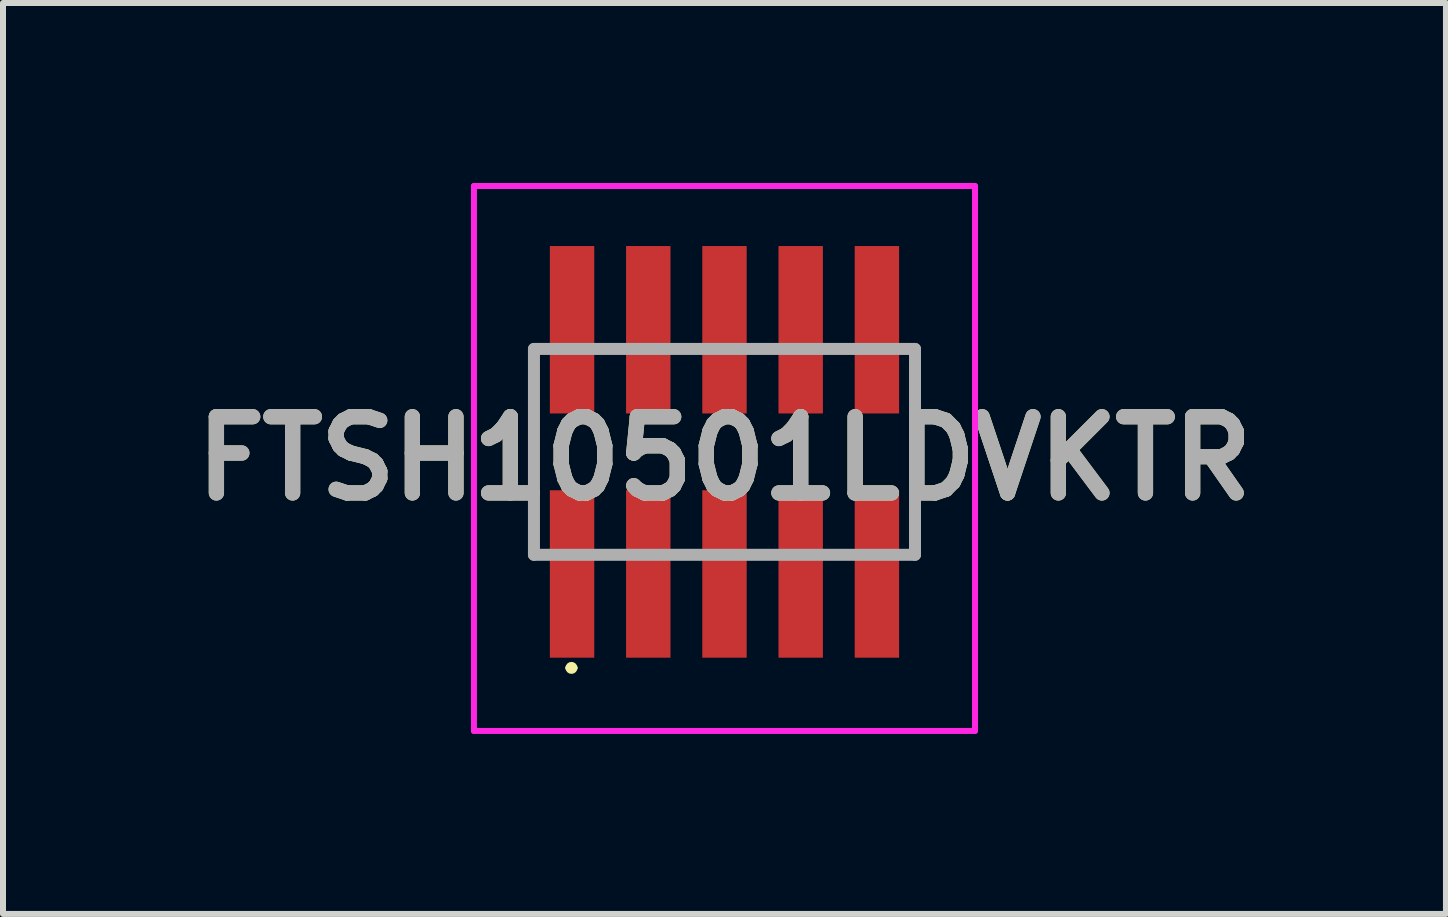
<source format=kicad_pcb>
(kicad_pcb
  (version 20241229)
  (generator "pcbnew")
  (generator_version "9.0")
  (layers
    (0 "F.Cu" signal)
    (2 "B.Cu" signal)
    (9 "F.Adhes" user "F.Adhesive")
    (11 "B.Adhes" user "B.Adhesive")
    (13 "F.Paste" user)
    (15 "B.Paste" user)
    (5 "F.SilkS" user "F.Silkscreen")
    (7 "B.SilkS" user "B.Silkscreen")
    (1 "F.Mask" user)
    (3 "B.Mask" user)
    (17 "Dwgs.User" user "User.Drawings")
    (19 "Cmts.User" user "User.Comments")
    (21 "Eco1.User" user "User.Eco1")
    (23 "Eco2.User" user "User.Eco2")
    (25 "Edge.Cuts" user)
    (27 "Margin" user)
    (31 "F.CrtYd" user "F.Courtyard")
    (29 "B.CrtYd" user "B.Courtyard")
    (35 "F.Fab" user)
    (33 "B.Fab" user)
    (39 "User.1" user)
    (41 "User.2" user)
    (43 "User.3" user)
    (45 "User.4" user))
  (footprint "FTSH10501LDVKTR"
    (layer "F.Cu")
    (at 9.023 4.48)
    (property "Reference" "FTSH10501LDVKTR" (at 0 0.11 0) (layer "F.SilkS") (effects (font (size 1.27 1.27) (thickness 0.254))))
    (attr smd)
    (fp_line (start -3.175 -1.715) (end -3.175 1.715) (stroke (width 0.1) (type solid)) (layer "F.SilkS"))
    (fp_line (start -2.6 3.6) (end -2.6 3.6) (stroke (width 0.1) (type solid)) (layer "F.SilkS"))
    (fp_line (start -2.5 3.6) (end -2.5 3.6) (stroke (width 0.1) (type solid)) (layer "F.SilkS"))
    (fp_line (start 3.175 -1.715) (end 3.175 1.715) (stroke (width 0.1) (type solid)) (layer "F.SilkS"))
    (fp_arc (start -2.6 3.6) (mid -2.55 3.55) (end -2.5 3.6) (stroke (width 0.1) (type solid)) (layer "F.SilkS"))
    (fp_arc (start -2.5 3.6) (mid -2.55 3.65) (end -2.6 3.6) (stroke (width 0.1) (type solid)) (layer "F.SilkS"))
    (fp_line (start -4.175 -4.43) (end 4.175 -4.43) (stroke (width 0.1) (type solid)) (layer "F.CrtYd"))
    (fp_line (start -4.175 4.65) (end -4.175 -4.43) (stroke (width 0.1) (type solid)) (layer "F.CrtYd"))
    (fp_line (start 4.175 -4.43) (end 4.175 4.65) (stroke (width 0.1) (type solid)) (layer "F.CrtYd"))
    (fp_line (start 4.175 4.65) (end -4.175 4.65) (stroke (width 0.1) (type solid)) (layer "F.CrtYd"))
    (fp_line (start -3.175 -1.715) (end 3.175 -1.715) (stroke (width 0.2) (type solid)) (layer "F.Fab"))
    (fp_line (start -3.175 1.715) (end -3.175 -1.715) (stroke (width 0.2) (type solid)) (layer "F.Fab"))
    (fp_line (start 3.175 -1.715) (end 3.175 1.715) (stroke (width 0.2) (type solid)) (layer "F.Fab"))
    (fp_line (start 3.175 1.715) (end -3.175 1.715) (stroke (width 0.2) (type solid)) (layer "F.Fab"))
    (fp_text user "${REFERENCE}" (at 0 0.11 0) (layer "F.Fab") (effects (font (size 1.27 1.27) (thickness 0.254))))
    (pad "1" smd rect (at -2.54 2.035) (size 0.74 2.79) (layers "F.Cu" "F.Mask" "F.Paste"))
    (pad "2" smd rect (at -2.54 -2.035) (size 0.74 2.79) (layers "F.Cu" "F.Mask" "F.Paste"))
    (pad "3" smd rect (at -1.27 2.035) (size 0.74 2.79) (layers "F.Cu" "F.Mask" "F.Paste"))
    (pad "4" smd rect (at -1.27 -2.035) (size 0.74 2.79) (layers "F.Cu" "F.Mask" "F.Paste"))
    (pad "5" smd rect (at 0 2.035) (size 0.74 2.79) (layers "F.Cu" "F.Mask" "F.Paste"))
    (pad "6" smd rect (at 0 -2.035) (size 0.74 2.79) (layers "F.Cu" "F.Mask" "F.Paste"))
    (pad "7" smd rect (at 1.27 2.035) (size 0.74 2.79) (layers "F.Cu" "F.Mask" "F.Paste"))
    (pad "8" smd rect (at 1.27 -2.035) (size 0.74 2.79) (layers "F.Cu" "F.Mask" "F.Paste"))
    (pad "9" smd rect (at 2.54 2.035) (size 0.74 2.79) (layers "F.Cu" "F.Mask" "F.Paste"))
    (pad "10" smd rect (at 2.54 -2.035) (size 0.74 2.79) (layers "F.Cu" "F.Mask" "F.Paste")))
  (gr_rect
    (start -3 -3)
    (end 21.046 12.18)
    (stroke (width 0.1) (type default))
    (fill no)
    (layer "Edge.Cuts")))
</source>
